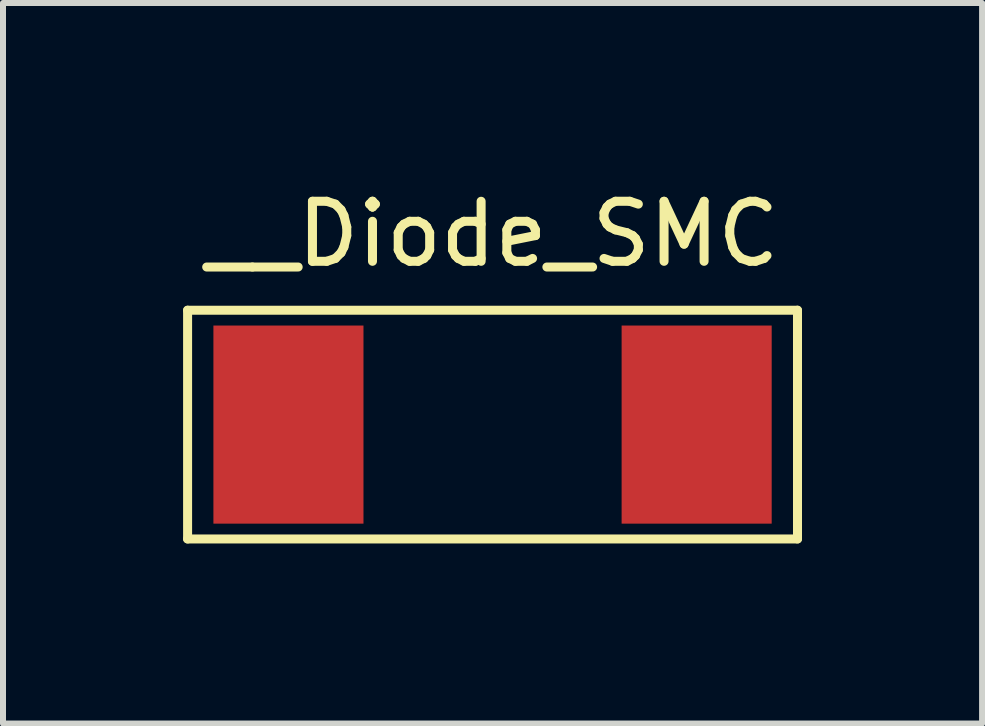
<source format=kicad_pcb>
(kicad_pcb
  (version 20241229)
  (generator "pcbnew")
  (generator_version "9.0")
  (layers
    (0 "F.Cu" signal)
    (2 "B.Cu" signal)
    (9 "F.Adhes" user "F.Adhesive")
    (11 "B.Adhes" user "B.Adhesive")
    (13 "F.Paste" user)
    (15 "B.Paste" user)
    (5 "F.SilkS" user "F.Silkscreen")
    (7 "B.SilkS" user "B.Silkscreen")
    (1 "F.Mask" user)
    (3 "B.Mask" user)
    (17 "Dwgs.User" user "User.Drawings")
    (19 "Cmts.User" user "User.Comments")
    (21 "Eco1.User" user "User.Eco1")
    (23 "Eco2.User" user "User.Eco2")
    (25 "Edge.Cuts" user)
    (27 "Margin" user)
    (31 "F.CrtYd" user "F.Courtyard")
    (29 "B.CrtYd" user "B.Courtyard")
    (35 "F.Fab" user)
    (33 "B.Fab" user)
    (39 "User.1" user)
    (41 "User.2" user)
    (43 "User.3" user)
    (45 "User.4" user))
  (footprint "__Diode_SMC"
    (layer "F.Cu")
    (at 5.155 4.023)
    (property "Reference" "__Diode_SMC" (at 0 -3.175 0) (layer "F.SilkS") (effects (font (size 1 1) (thickness 0.15))))
    (attr through_hole)
    (fp_line (start -5.08 -1.905) (end 5.08 -1.905) (stroke (width 0.15) (type solid)) (layer "F.SilkS"))
    (fp_line (start -5.08 1.905) (end -5.08 -1.905) (stroke (width 0.15) (type solid)) (layer "F.SilkS"))
    (fp_line (start 5.08 -1.905) (end 5.08 1.905) (stroke (width 0.15) (type solid)) (layer "F.SilkS"))
    (fp_line (start 5.08 1.905) (end -5.08 1.905) (stroke (width 0.15) (type solid)) (layer "F.SilkS"))
    (pad "1" smd rect (at -3.4 0) (size 2.5 3.3) (layers "F.Cu" "F.Mask" "F.Paste"))
    (pad "2" smd rect (at 3.4 0) (size 2.5 3.3) (layers "F.Cu" "F.Mask" "F.Paste")))
  (gr_rect
    (start -3 -3)
    (end 13.31 9.003)
    (stroke (width 0.1) (type default))
    (fill no)
    (layer "Edge.Cuts")))
</source>
